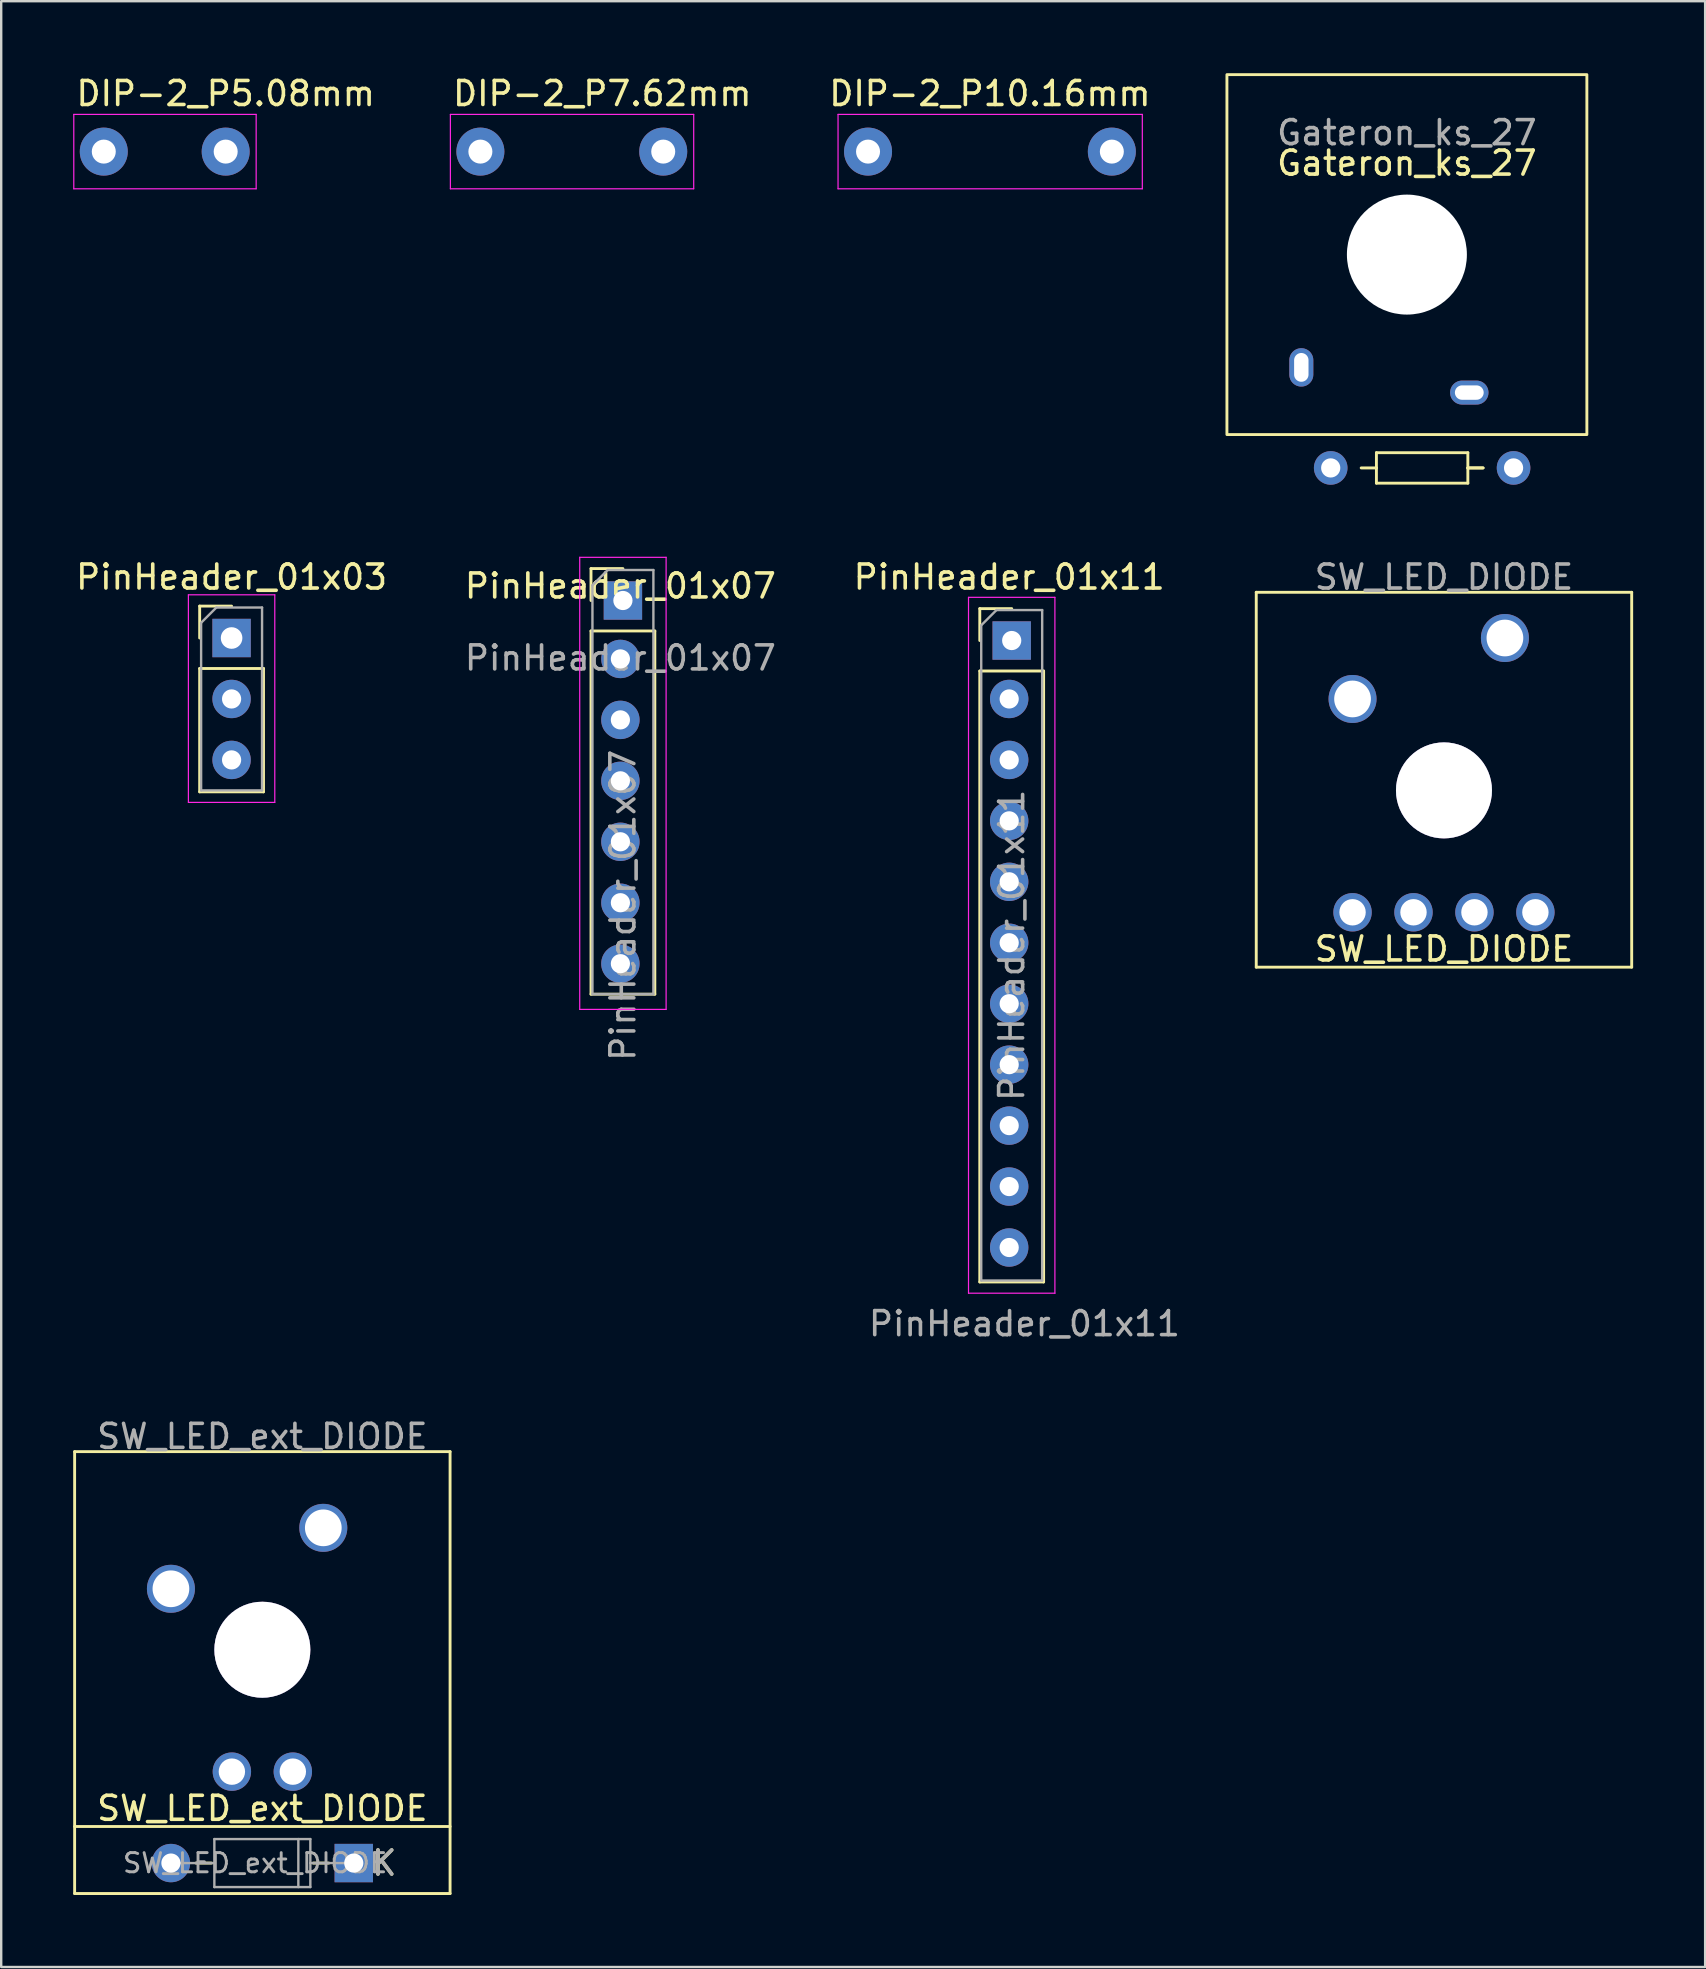
<source format=kicad_pcb>
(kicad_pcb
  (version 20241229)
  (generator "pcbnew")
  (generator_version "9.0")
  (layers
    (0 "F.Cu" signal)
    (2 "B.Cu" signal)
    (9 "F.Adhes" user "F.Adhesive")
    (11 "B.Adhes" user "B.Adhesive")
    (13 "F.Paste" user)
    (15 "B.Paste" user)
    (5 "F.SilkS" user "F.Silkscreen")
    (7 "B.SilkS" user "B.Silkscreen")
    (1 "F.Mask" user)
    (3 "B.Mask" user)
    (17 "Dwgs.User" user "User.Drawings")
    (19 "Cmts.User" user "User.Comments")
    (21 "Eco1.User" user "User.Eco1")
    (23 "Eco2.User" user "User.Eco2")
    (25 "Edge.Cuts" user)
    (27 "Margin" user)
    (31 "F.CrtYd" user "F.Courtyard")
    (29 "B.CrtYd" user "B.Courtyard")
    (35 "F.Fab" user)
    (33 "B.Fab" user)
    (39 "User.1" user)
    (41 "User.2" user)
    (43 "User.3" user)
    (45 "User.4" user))
  (footprint "SW_LED_ext_DIODE"
    (layer "F.Cu")
    (at 7.883 65.7)
    (property "Reference" "SW_LED_ext_DIODE" (at 0 6.611 0) (unlocked yes) (layer "F.SilkS") (effects (font (size 1 1) (thickness 0.15))))
    (attr through_hole)
    (fp_line (start -7.823 -8.255) (end 7.823 -8.255) (stroke (width 0.12) (type solid)) (layer "F.SilkS"))
    (fp_line (start -7.823 10.16) (end -7.823 -8.255) (stroke (width 0.12) (type solid)) (layer "F.SilkS"))
    (fp_line (start -2.77 8.89) (end -2.12 8.89) (stroke (width 0.12) (type solid)) (layer "F.SilkS"))
    (fp_line (start 2.77 8.89) (end 2.12 8.89) (stroke (width 0.12) (type solid)) (layer "F.SilkS"))
    (fp_line (start 7.823 -8.255) (end 7.823 10.16) (stroke (width 0.12) (type solid)) (layer "F.SilkS"))
    (fp_line (start 7.823 7.366) (end -7.823 7.366) (stroke (width 0.12) (type solid)) (layer "F.SilkS"))
    (fp_line (start 7.823 10.16) (end -7.823 10.16) (stroke (width 0.12) (type solid)) (layer "F.SilkS"))
    (fp_line (start -3.81 8.89) (end -2 8.89) (stroke (width 0.1) (type solid)) (layer "F.Fab"))
    (fp_line (start -2 7.89) (end -2 9.89) (stroke (width 0.1) (type solid)) (layer "F.Fab"))
    (fp_line (start -2 9.89) (end 2 9.89) (stroke (width 0.1) (type solid)) (layer "F.Fab"))
    (fp_line (start 1.5 9.89) (end 1.5 7.89) (stroke (width 0.1) (type solid)) (layer "F.Fab"))
    (fp_line (start 2 7.89) (end -2 7.89) (stroke (width 0.1) (type solid)) (layer "F.Fab"))
    (fp_line (start 2 9.89) (end 2 7.89) (stroke (width 0.1) (type solid)) (layer "F.Fab"))
    (fp_line (start 3.81 8.89) (end 2 8.89) (stroke (width 0.1) (type solid)) (layer "F.Fab"))
    (fp_text user "K" (at 5.08 8.89 180) (layer "F.SilkS") (effects (font (size 1 1) (thickness 0.15))))
    (fp_text user "${REFERENCE}" (at -0.3 8.89 180) (layer "F.Fab") (effects (font (size 0.8 0.8) (thickness 0.12))))
    (fp_text user "${REFERENCE}" (at 0 -8.89 0) (unlocked yes) (layer "F.Fab") (effects (font (size 1 1) (thickness 0.15))))
    (fp_text user "K" (at 5.08 8.89 180) (layer "F.Fab") (effects (font (size 1 1) (thickness 0.15))))
    (pad "" thru_hole circle (at 0 0) (size 4 4) (drill 4) (layers "*.Cu" "*.Mask"))
    (pad "1" thru_hole circle (at -3.81 -2.54) (size 2 2) (drill 1.53) (layers "*.Cu" "*.Mask"))
    (pad "2" thru_hole circle (at 2.54 -5.08) (size 2 2) (drill 1.53) (layers "*.Cu" "*.Mask"))
    (pad "3" thru_hole oval (at -3.81 8.89 180) (size 1.6 1.6) (drill 0.8) (layers "*.Cu" "*.Mask"))
    (pad "4" thru_hole rect (at 3.81 8.89 180) (size 1.6 1.6) (drill 0.8) (layers "*.Cu" "*.Mask"))
    (pad "5" thru_hole circle (at -1.27 5.08) (size 1.6 1.6) (drill 1.1) (layers "*.Cu" "*.Mask"))
    (pad "6" thru_hole circle (at 1.27 5.08) (size 1.6 1.6) (drill 1.1) (layers "*.Cu" "*.Mask")))
  (footprint "PinHeader_01x03"
    (layer "F.Cu")
    (at 6.541 23.538)
    (property "Reference" "PinHeader_01x03" (at 0.06 -2.54 0) (unlocked yes) (layer "F.SilkS") (effects (font (size 1 1) (thickness 0.15))))
    (attr through_hole)
    (fp_line (start -1.27 -1.33) (end 0.06 -1.33) (stroke (width 0.12) (type solid)) (layer "F.SilkS"))
    (fp_line (start -1.27 0) (end -1.27 -1.33) (stroke (width 0.12) (type solid)) (layer "F.SilkS"))
    (fp_line (start -1.27 1.27) (end -1.27 6.41) (stroke (width 0.12) (type solid)) (layer "F.SilkS"))
    (fp_line (start -1.27 1.27) (end 1.39 1.27) (stroke (width 0.12) (type solid)) (layer "F.SilkS"))
    (fp_line (start -1.27 6.41) (end 1.39 6.41) (stroke (width 0.12) (type solid)) (layer "F.SilkS"))
    (fp_line (start 1.39 1.27) (end 1.39 6.41) (stroke (width 0.12) (type solid)) (layer "F.SilkS"))
    (fp_line (start -1.74 -1.8) (end -1.74 6.85) (stroke (width 0.05) (type solid)) (layer "F.CrtYd"))
    (fp_line (start -1.74 6.85) (end 1.86 6.85) (stroke (width 0.05) (type solid)) (layer "F.CrtYd"))
    (fp_line (start 1.86 -1.8) (end -1.74 -1.8) (stroke (width 0.05) (type solid)) (layer "F.CrtYd"))
    (fp_line (start 1.86 6.85) (end 1.86 -1.8) (stroke (width 0.05) (type solid)) (layer "F.CrtYd"))
    (fp_line (start -1.21 -0.635) (end -0.575 -1.27) (stroke (width 0.1) (type solid)) (layer "F.Fab"))
    (fp_line (start -1.21 6.35) (end -1.21 -0.635) (stroke (width 0.1) (type solid)) (layer "F.Fab"))
    (fp_line (start -0.575 -1.27) (end 1.33 -1.27) (stroke (width 0.1) (type solid)) (layer "F.Fab"))
    (fp_line (start 1.33 -1.27) (end 1.33 6.35) (stroke (width 0.1) (type solid)) (layer "F.Fab"))
    (fp_line (start 1.33 6.35) (end -1.21 6.35) (stroke (width 0.1) (type solid)) (layer "F.Fab"))
    (pad "1" thru_hole rect (at 0.06 0) (size 1.6 1.6) (drill 0.9) (layers "*.Cu" "*.Mask"))
    (pad "2" thru_hole circle (at 0.06 2.54) (size 1.6 1.6) (drill 0.8) (layers "*.Cu" "*.Mask"))
    (pad "3" thru_hole circle (at 0.06 5.08) (size 1.6 1.6) (drill 0.8) (layers "*.Cu" "*.Mask")))
  (footprint "DIP-2_P10.16mm"
    (layer "F.Cu")
    (at 33.124 3.268)
    (property "Reference" "DIP-2_P10.16mm" (at 5.08 -2.42 0) (layer "F.SilkS") (effects (font (size 1 1) (thickness 0.15))))
    (attr through_hole)
    (fp_line (start -1.25 -1.55) (end -1.25 1.55) (stroke (width 0.05) (type solid)) (layer "F.CrtYd"))
    (fp_line (start -1.25 1.55) (end 11.43 1.55) (stroke (width 0.05) (type solid)) (layer "F.CrtYd"))
    (fp_line (start 11.43 -1.55) (end -1.25 -1.55) (stroke (width 0.05) (type solid)) (layer "F.CrtYd"))
    (fp_line (start 11.43 1.55) (end 11.43 -1.55) (stroke (width 0.05) (type solid)) (layer "F.CrtYd"))
    (pad "1" thru_hole oval (at 0 0) (size 2 2) (drill 1) (layers "*.Cu" "*.Mask"))
    (pad "2" thru_hole oval (at 10.16 0) (size 2 2) (drill 1) (layers "*.Cu" "*.Mask")))
  (footprint "DIP-2_P7.62mm"
    (layer "F.Cu")
    (at 16.969 3.268)
    (property "Reference" "DIP-2_P7.62mm" (at 5.08 -2.42 0) (layer "F.SilkS") (effects (font (size 1 1) (thickness 0.15))))
    (attr through_hole)
    (fp_line (start -1.25 -1.55) (end -1.25 1.55) (stroke (width 0.05) (type solid)) (layer "F.CrtYd"))
    (fp_line (start -1.25 1.55) (end 8.89 1.55) (stroke (width 0.05) (type solid)) (layer "F.CrtYd"))
    (fp_line (start 8.89 -1.55) (end -1.25 -1.55) (stroke (width 0.05) (type solid)) (layer "F.CrtYd"))
    (fp_line (start 8.89 1.55) (end 8.89 -1.55) (stroke (width 0.05) (type solid)) (layer "F.CrtYd"))
    (pad "1" thru_hole oval (at 0 0) (size 2 2) (drill 1) (layers "*.Cu" "*.Mask"))
    (pad "2" thru_hole oval (at 7.62 0) (size 2 2) (drill 1) (layers "*.Cu" "*.Mask")))
  (footprint "Gateron_ks_27"
    (layer "F.Cu")
    (at 55.58 7.56)
    (property "Reference" "Gateron_ks_27" (at 0 -3.81 0) (unlocked yes) (layer "F.SilkS") (effects (font (size 1 1) (thickness 0.15))))
    (fp_line (start -1.905 8.89) (end -1.27 8.89) (stroke (width 0.12) (type solid)) (layer "F.SilkS"))
    (fp_line (start -1.27 8.255) (end 2.54 8.255) (stroke (width 0.12) (type solid)) (layer "F.SilkS"))
    (fp_line (start -1.27 8.89) (end -1.27 8.255) (stroke (width 0.12) (type solid)) (layer "F.SilkS"))
    (fp_line (start -1.27 9.525) (end -1.27 8.89) (stroke (width 0.12) (type solid)) (layer "F.SilkS"))
    (fp_line (start 2.54 8.255) (end 2.54 8.89) (stroke (width 0.12) (type solid)) (layer "F.SilkS"))
    (fp_line (start 2.54 8.89) (end 2.54 9.525) (stroke (width 0.12) (type solid)) (layer "F.SilkS"))
    (fp_line (start 2.54 8.89) (end 3.175 8.89) (stroke (width 0.12) (type solid)) (layer "F.SilkS"))
    (fp_line (start 2.54 9.525) (end -1.27 9.525) (stroke (width 0.12) (type solid)) (layer "F.SilkS"))
    (fp_line (start 3.175 8.89) (end 2.54 8.89) (stroke (width 0.12) (type solid)) (layer "F.SilkS"))
    (fp_rect (start 7.5 -7.5) (end -7.5 7.5) (stroke (width 0.12) (type solid)) (fill no) (layer "F.SilkS"))
    (fp_text user "${REFERENCE}" (at 0 -5.08 0) (unlocked yes) (layer "F.Fab") (effects (font (size 1 1) (thickness 0.15))))
    (pad "" np_thru_hole circle (at 0 0 90) (size 5 5) (drill 5) (layers "*.Cu" "*.Mask"))
    (pad "1" thru_hole oval (at 2.6 5.75) (size 1.6 1) (drill oval 1.2 0.6) (layers "*.Cu" "*.Mask"))
    (pad "2" thru_hole oval (at -4.4 4.7 90) (size 1.6 1) (drill oval 1.2 0.6) (layers "*.Cu" "*.Mask"))
    (pad "3" thru_hole circle (at -3.175 8.89 180) (size 1.4 1.4) (drill 0.8) (layers "*.Cu" "*.Mask"))
    (pad "4" thru_hole circle (at 4.445 8.89 270) (size 1.4 1.4) (drill 0.8) (layers "*.Cu" "*.Mask")))
  (footprint "SW_LED_DIODE"
    (layer "F.Cu")
    (at 57.125 29.888)
    (property "Reference" "SW_LED_DIODE" (at 0 6.611 0) (unlocked yes) (layer "F.SilkS") (effects (font (size 1 1) (thickness 0.15))))
    (attr through_hole)
    (fp_line (start -7.823 -8.255) (end 7.823 -8.255) (stroke (width 0.12) (type solid)) (layer "F.SilkS"))
    (fp_line (start -7.823 7.366) (end -7.823 -8.255) (stroke (width 0.12) (type solid)) (layer "F.SilkS"))
    (fp_line (start 7.823 -8.255) (end 7.823 7.366) (stroke (width 0.12) (type solid)) (layer "F.SilkS"))
    (fp_line (start 7.823 7.366) (end -7.823 7.366) (stroke (width 0.12) (type solid)) (layer "F.SilkS"))
    (fp_text user "${REFERENCE}" (at 0 -8.89 0) (unlocked yes) (layer "F.Fab") (effects (font (size 1 1) (thickness 0.15))))
    (pad "" thru_hole circle (at 0 0) (size 4 4) (drill 4) (layers "*.Cu" "*.Mask"))
    (pad "1" thru_hole circle (at -3.81 -3.81) (size 2 2) (drill 1.53) (layers "*.Cu" "*.Mask"))
    (pad "2" thru_hole circle (at 2.54 -6.35) (size 2 2) (drill 1.53) (layers "*.Cu" "*.Mask"))
    (pad "3" thru_hole circle (at -3.81 5.08) (size 1.6 1.6) (drill 1.1) (layers "*.Cu" "*.Mask"))
    (pad "4" thru_hole circle (at 3.81 5.08) (size 1.6 1.6) (drill 1.1) (layers "*.Cu" "*.Mask"))
    (pad "5" thru_hole circle (at -1.27 5.08) (size 1.6 1.6) (drill 1.1) (layers "*.Cu" "*.Mask"))
    (pad "6" thru_hole circle (at 1.27 5.08) (size 1.6 1.6) (drill 1.1) (layers "*.Cu" "*.Mask")))
  (footprint "DIP-2_P5.08mm"
    (layer "F.Cu")
    (at 1.275 3.268)
    (property "Reference" "DIP-2_P5.08mm" (at 5.08 -2.42 0) (layer "F.SilkS") (effects (font (size 1 1) (thickness 0.15))))
    (attr through_hole)
    (fp_line (start -1.25 -1.55) (end -1.25 1.55) (stroke (width 0.05) (type solid)) (layer "F.CrtYd"))
    (fp_line (start -1.25 1.55) (end 6.35 1.55) (stroke (width 0.05) (type solid)) (layer "F.CrtYd"))
    (fp_line (start 6.35 -1.55) (end -1.25 -1.55) (stroke (width 0.05) (type solid)) (layer "F.CrtYd"))
    (fp_line (start 6.35 1.55) (end 6.35 -1.55) (stroke (width 0.05) (type solid)) (layer "F.CrtYd"))
    (pad "1" thru_hole oval (at 0 0) (size 2 2) (drill 1) (layers "*.Cu" "*.Mask"))
    (pad "2" thru_hole oval (at 5.08 0) (size 2 2) (drill 1) (layers "*.Cu" "*.Mask")))
  (footprint "PinHeader_01x07"
    (layer "F.Cu")
    (at 22.804 21.87)
    (property "Reference" "PinHeader_01x07" (at 0 -0.5 0) (unlocked yes) (layer "F.SilkS") (effects (font (size 1 1) (thickness 0.15))))
    (attr through_hole)
    (fp_line (start -1.225 -1.225) (end 0.105 -1.225) (stroke (width 0.12) (type solid)) (layer "F.SilkS"))
    (fp_line (start -1.225 0.105) (end -1.225 -1.225) (stroke (width 0.12) (type solid)) (layer "F.SilkS"))
    (fp_line (start -1.225 1.375) (end -1.225 16.51) (stroke (width 0.12) (type solid)) (layer "F.SilkS"))
    (fp_line (start -1.225 1.375) (end 1.435 1.375) (stroke (width 0.12) (type solid)) (layer "F.SilkS"))
    (fp_line (start -1.225 16.51) (end 1.435 16.51) (stroke (width 0.12) (type solid)) (layer "F.SilkS"))
    (fp_line (start 1.435 1.375) (end 1.435 16.51) (stroke (width 0.12) (type solid)) (layer "F.SilkS"))
    (fp_line (start -1.695 -1.695) (end -1.695 17.145) (stroke (width 0.05) (type solid)) (layer "F.CrtYd"))
    (fp_line (start -1.695 17.145) (end 1.905 17.145) (stroke (width 0.05) (type solid)) (layer "F.CrtYd"))
    (fp_line (start 1.905 -1.695) (end -1.695 -1.695) (stroke (width 0.05) (type solid)) (layer "F.CrtYd"))
    (fp_line (start 1.905 17.145) (end 1.905 -1.695) (stroke (width 0.05) (type solid)) (layer "F.CrtYd"))
    (fp_line (start -1.165 -0.53) (end -0.53 -1.165) (stroke (width 0.1) (type solid)) (layer "F.Fab"))
    (fp_line (start -1.165 16.51) (end -1.165 -0.53) (stroke (width 0.1) (type solid)) (layer "F.Fab"))
    (fp_line (start -0.53 -1.165) (end 1.375 -1.165) (stroke (width 0.1) (type solid)) (layer "F.Fab"))
    (fp_line (start 1.375 -1.165) (end 1.375 16.51) (stroke (width 0.1) (type solid)) (layer "F.Fab"))
    (fp_line (start 1.375 16.51) (end -1.165 16.51) (stroke (width 0.1) (type solid)) (layer "F.Fab"))
    (fp_text user "${REFERENCE}" (at 0 2.5 0) (unlocked yes) (layer "F.Fab") (effects (font (size 1 1) (thickness 0.15))))
    (fp_text user "${REFERENCE}" (at 0.105 12.805 90) (layer "F.Fab") (effects (font (size 1 1) (thickness 0.15))))
    (pad "1" thru_hole rect (at 0.105 0.105) (size 1.6 1.6) (drill 0.8) (layers "*.Cu" "*.Mask"))
    (pad "2" thru_hole circle (at 0 2.54) (size 1.6 1.6) (drill 0.8) (layers "*.Cu" "*.Mask"))
    (pad "3" thru_hole circle (at 0 5.08) (size 1.6 1.6) (drill 0.8) (layers "*.Cu" "*.Mask"))
    (pad "4" thru_hole circle (at 0 7.62) (size 1.6 1.6) (drill 0.8) (layers "*.Cu" "*.Mask"))
    (pad "5" thru_hole circle (at 0 10.16) (size 1.6 1.6) (drill 0.8) (layers "*.Cu" "*.Mask"))
    (pad "6" thru_hole circle (at 0 12.7) (size 1.6 1.6) (drill 0.8) (layers "*.Cu" "*.Mask"))
    (pad "7" thru_hole circle (at 0 15.24) (size 1.6 1.6) (drill 0.8) (layers "*.Cu" "*.Mask")))
  (footprint "PinHeader_01x11"
    (layer "F.Cu")
    (at 39.006 23.538)
    (property "Reference" "PinHeader_01x11" (at 0 -2.54 0) (unlocked yes) (layer "F.SilkS") (effects (font (size 1 1) (thickness 0.15))))
    (attr through_hole)
    (fp_line (start -1.225 -1.225) (end 0.105 -1.225) (stroke (width 0.12) (type solid)) (layer "F.SilkS"))
    (fp_line (start -1.225 0.105) (end -1.225 -1.225) (stroke (width 0.12) (type solid)) (layer "F.SilkS"))
    (fp_line (start -1.225 1.375) (end -1.225 26.835) (stroke (width 0.12) (type solid)) (layer "F.SilkS"))
    (fp_line (start -1.225 1.375) (end 1.435 1.375) (stroke (width 0.12) (type solid)) (layer "F.SilkS"))
    (fp_line (start -1.225 26.835) (end 1.435 26.835) (stroke (width 0.12) (type solid)) (layer "F.SilkS"))
    (fp_line (start 1.435 1.375) (end 1.435 26.835) (stroke (width 0.12) (type solid)) (layer "F.SilkS"))
    (fp_line (start -1.695 -1.695) (end -1.695 27.305) (stroke (width 0.05) (type solid)) (layer "F.CrtYd"))
    (fp_line (start -1.695 27.305) (end 1.905 27.305) (stroke (width 0.05) (type solid)) (layer "F.CrtYd"))
    (fp_line (start 1.905 -1.695) (end -1.695 -1.695) (stroke (width 0.05) (type solid)) (layer "F.CrtYd"))
    (fp_line (start 1.905 27.305) (end 1.905 -1.695) (stroke (width 0.05) (type solid)) (layer "F.CrtYd"))
    (fp_line (start -1.165 -0.53) (end -0.53 -1.165) (stroke (width 0.1) (type solid)) (layer "F.Fab"))
    (fp_line (start -1.165 26.775) (end -1.165 -0.53) (stroke (width 0.1) (type solid)) (layer "F.Fab"))
    (fp_line (start -0.53 -1.165) (end 1.375 -1.165) (stroke (width 0.1) (type solid)) (layer "F.Fab"))
    (fp_line (start 1.375 -1.165) (end 1.375 26.775) (stroke (width 0.1) (type solid)) (layer "F.Fab"))
    (fp_line (start 1.375 26.775) (end -1.165 26.775) (stroke (width 0.1) (type solid)) (layer "F.Fab"))
    (fp_text user "${REFERENCE}" (at 0.635 28.575 0) (unlocked yes) (layer "F.Fab") (effects (font (size 1 1) (thickness 0.15))))
    (fp_text user "${REFERENCE}" (at 0.105 12.805 90) (layer "F.Fab") (effects (font (size 1 1) (thickness 0.15))))
    (pad "1" thru_hole rect (at 0.105 0.105) (size 1.6 1.6) (drill 0.8) (layers "*.Cu" "*.Mask"))
    (pad "2" thru_hole circle (at 0 2.54) (size 1.6 1.6) (drill 0.8) (layers "*.Cu" "*.Mask"))
    (pad "3" thru_hole circle (at 0 5.08) (size 1.6 1.6) (drill 0.8) (layers "*.Cu" "*.Mask"))
    (pad "4" thru_hole circle (at 0 7.62) (size 1.6 1.6) (drill 0.8) (layers "*.Cu" "*.Mask"))
    (pad "5" thru_hole circle (at 0 10.16) (size 1.6 1.6) (drill 0.8) (layers "*.Cu" "*.Mask"))
    (pad "6" thru_hole circle (at 0 12.7) (size 1.6 1.6) (drill 0.8) (layers "*.Cu" "*.Mask"))
    (pad "7" thru_hole circle (at 0 15.24) (size 1.6 1.6) (drill 0.8) (layers "*.Cu" "*.Mask"))
    (pad "8" thru_hole circle (at 0 17.78) (size 1.6 1.6) (drill 0.8) (layers "*.Cu" "*.Mask"))
    (pad "9" thru_hole circle (at 0 20.32) (size 1.6 1.6) (drill 0.8) (layers "*.Cu" "*.Mask"))
    (pad "10" thru_hole circle (at 0 22.86) (size 1.6 1.6) (drill 0.8) (layers "*.Cu" "*.Mask"))
    (pad "11" thru_hole circle (at 0 25.4) (size 1.6 1.6) (drill 0.8) (layers "*.Cu" "*.Mask")))
  (gr_rect
    (start -3 -3)
    (end 68.009 78.92)
    (stroke (width 0.1) (type default))
    (fill no)
    (layer "Edge.Cuts")))
</source>
